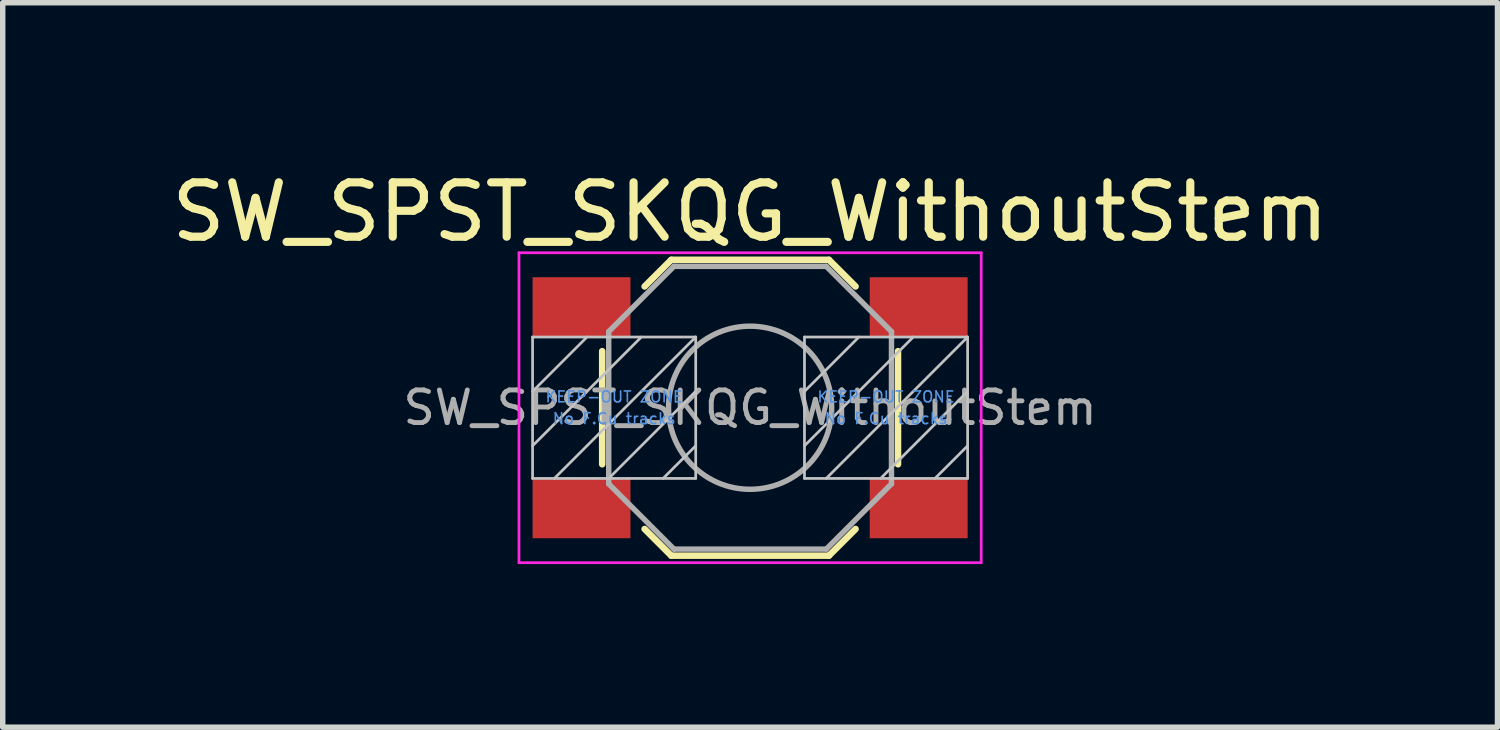
<source format=kicad_pcb>
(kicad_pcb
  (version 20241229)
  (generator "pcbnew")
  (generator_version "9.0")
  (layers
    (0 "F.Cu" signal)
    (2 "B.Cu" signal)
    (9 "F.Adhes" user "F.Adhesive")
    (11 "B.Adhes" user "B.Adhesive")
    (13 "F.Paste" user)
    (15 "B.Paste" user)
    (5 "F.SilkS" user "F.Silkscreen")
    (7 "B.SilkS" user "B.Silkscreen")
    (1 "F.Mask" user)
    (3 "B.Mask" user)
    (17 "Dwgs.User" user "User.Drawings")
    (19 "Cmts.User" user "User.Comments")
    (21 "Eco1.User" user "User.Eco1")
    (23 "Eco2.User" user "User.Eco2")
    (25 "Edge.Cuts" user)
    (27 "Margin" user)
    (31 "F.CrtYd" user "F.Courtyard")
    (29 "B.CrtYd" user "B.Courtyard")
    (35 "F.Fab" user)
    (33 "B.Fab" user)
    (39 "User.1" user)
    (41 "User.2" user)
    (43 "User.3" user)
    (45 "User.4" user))
  (footprint "SW_SPST_SKQG_WithoutStem"
    (layer "F.Cu")
    (at 10.744 4.448)
    (property "Reference" "SW_SPST_SKQG_WithoutStem" (at 0 -3.6 0) (layer "F.SilkS") (effects (font (size 1 1) (thickness 0.15))))
    (attr smd)
    (fp_line (start -2.72 1.04) (end -2.72 -1.04) (stroke (width 0.12) (type solid)) (layer "F.SilkS"))
    (fp_line (start -1.45 -2.72) (end -1.94 -2.23) (stroke (width 0.12) (type solid)) (layer "F.SilkS"))
    (fp_line (start -1.45 -2.72) (end 1.45 -2.72) (stroke (width 0.12) (type solid)) (layer "F.SilkS"))
    (fp_line (start -1.45 2.72) (end -1.94 2.23) (stroke (width 0.12) (type solid)) (layer "F.SilkS"))
    (fp_line (start -1.45 2.72) (end 1.45 2.72) (stroke (width 0.12) (type solid)) (layer "F.SilkS"))
    (fp_line (start 1.45 -2.72) (end 1.94 -2.23) (stroke (width 0.12) (type solid)) (layer "F.SilkS"))
    (fp_line (start 1.45 2.72) (end 1.94 2.23) (stroke (width 0.12) (type solid)) (layer "F.SilkS"))
    (fp_line (start 2.72 1.04) (end 2.72 -1.04) (stroke (width 0.12) (type solid)) (layer "F.SilkS"))
    (fp_line (start -4 -1.3) (end -1 -1.3) (stroke (width 0.05) (type solid)) (layer "Dwgs.User"))
    (fp_line (start -4 -0.3) (end -3 -1.3) (stroke (width 0.05) (type solid)) (layer "Dwgs.User"))
    (fp_line (start -4 0.7) (end -2 -1.3) (stroke (width 0.05) (type solid)) (layer "Dwgs.User"))
    (fp_line (start -4 1.3) (end -4 -1.3) (stroke (width 0.05) (type solid)) (layer "Dwgs.User"))
    (fp_line (start -2.6 1.3) (end -1 -0.3) (stroke (width 0.05) (type solid)) (layer "Dwgs.User"))
    (fp_line (start -1 -1.3) (end -3.6 1.3) (stroke (width 0.05) (type solid)) (layer "Dwgs.User"))
    (fp_line (start -1 -1.3) (end -1 1.3) (stroke (width 0.05) (type solid)) (layer "Dwgs.User"))
    (fp_line (start -1 0.7) (end -1.6 1.3) (stroke (width 0.05) (type solid)) (layer "Dwgs.User"))
    (fp_line (start -1 1.3) (end -4 1.3) (stroke (width 0.05) (type solid)) (layer "Dwgs.User"))
    (fp_line (start 1 -1.3) (end 4 -1.3) (stroke (width 0.05) (type solid)) (layer "Dwgs.User"))
    (fp_line (start 1 -0.3) (end 2 -1.3) (stroke (width 0.05) (type solid)) (layer "Dwgs.User"))
    (fp_line (start 1 0.7) (end 3 -1.3) (stroke (width 0.05) (type solid)) (layer "Dwgs.User"))
    (fp_line (start 1 1.3) (end 1 -1.3) (stroke (width 0.05) (type solid)) (layer "Dwgs.User"))
    (fp_line (start 2.4 1.3) (end 4 -0.3) (stroke (width 0.05) (type solid)) (layer "Dwgs.User"))
    (fp_line (start 4 -1.3) (end 1.4 1.3) (stroke (width 0.05) (type solid)) (layer "Dwgs.User"))
    (fp_line (start 4 -1.3) (end 4 1.3) (stroke (width 0.05) (type solid)) (layer "Dwgs.User"))
    (fp_line (start 4 0.7) (end 3.4 1.3) (stroke (width 0.05) (type solid)) (layer "Dwgs.User"))
    (fp_line (start 4 1.3) (end 1 1.3) (stroke (width 0.05) (type solid)) (layer "Dwgs.User"))
    (fp_line (start -4.25 -2.85) (end -4.25 2.85) (stroke (width 0.05) (type solid)) (layer "F.CrtYd"))
    (fp_line (start -4.25 2.85) (end 4.25 2.85) (stroke (width 0.05) (type solid)) (layer "F.CrtYd"))
    (fp_line (start 4.25 -2.85) (end -4.25 -2.85) (stroke (width 0.05) (type solid)) (layer "F.CrtYd"))
    (fp_line (start 4.25 2.85) (end 4.25 -2.85) (stroke (width 0.05) (type solid)) (layer "F.CrtYd"))
    (fp_line (start -2.6 -1.4) (end -1.4 -2.6) (stroke (width 0.1) (type solid)) (layer "F.Fab"))
    (fp_line (start -2.6 1.4) (end -2.6 -1.4) (stroke (width 0.1) (type solid)) (layer "F.Fab"))
    (fp_line (start -1.4 -2.6) (end 1.4 -2.6) (stroke (width 0.1) (type solid)) (layer "F.Fab"))
    (fp_line (start -1.4 2.6) (end -2.6 1.4) (stroke (width 0.1) (type solid)) (layer "F.Fab"))
    (fp_line (start 1.4 -2.6) (end 2.6 -1.4) (stroke (width 0.1) (type solid)) (layer "F.Fab"))
    (fp_line (start 1.4 2.6) (end -1.4 2.6) (stroke (width 0.1) (type solid)) (layer "F.Fab"))
    (fp_line (start 2.6 -1.4) (end 2.6 1.4) (stroke (width 0.1) (type solid)) (layer "F.Fab"))
    (fp_line (start 2.6 1.4) (end 1.4 2.6) (stroke (width 0.1) (type solid)) (layer "F.Fab"))
    (fp_circle (center 0 0) (end 1.5 0) (stroke (width 0.1) (type solid)) (fill no) (layer "F.Fab"))
    (fp_text user "No F.Cu tracks" (at -2.5 0.2 0) (layer "Cmts.User") (effects (font (size 0.2 0.2) (thickness 0.03))))
    (fp_text user "KEEP-OUT ZONE" (at -2.5 -0.2 0) (layer "Cmts.User") (effects (font (size 0.2 0.2) (thickness 0.03))))
    (fp_text user "No F.Cu tracks" (at 2.5 0.2 0) (layer "Cmts.User") (effects (font (size 0.2 0.2) (thickness 0.03))))
    (fp_text user "KEEP-OUT ZONE" (at 2.5 -0.2 0) (layer "Cmts.User") (effects (font (size 0.2 0.2) (thickness 0.03))))
    (fp_text user "${REFERENCE}" (at 0 0 0) (layer "F.Fab") (effects (font (size 0.6 0.6) (thickness 0.09))))
    (pad "1" smd rect (at -3.1 -1.85) (size 1.8 1.1) (layers "F.Cu" "F.Mask" "F.Paste"))
    (pad "1" smd rect (at 3.1 -1.85) (size 1.8 1.1) (layers "F.Cu" "F.Mask" "F.Paste"))
    (pad "2" smd rect (at -3.1 1.85) (size 1.8 1.1) (layers "F.Cu" "F.Mask" "F.Paste"))
    (pad "2" smd rect (at 3.1 1.85) (size 1.8 1.1) (layers "F.Cu" "F.Mask" "F.Paste")))
  (gr_rect
    (start -3 -3)
    (end 24.488 10.323)
    (stroke (width 0.1) (type default))
    (fill no)
    (layer "Edge.Cuts")))
</source>
